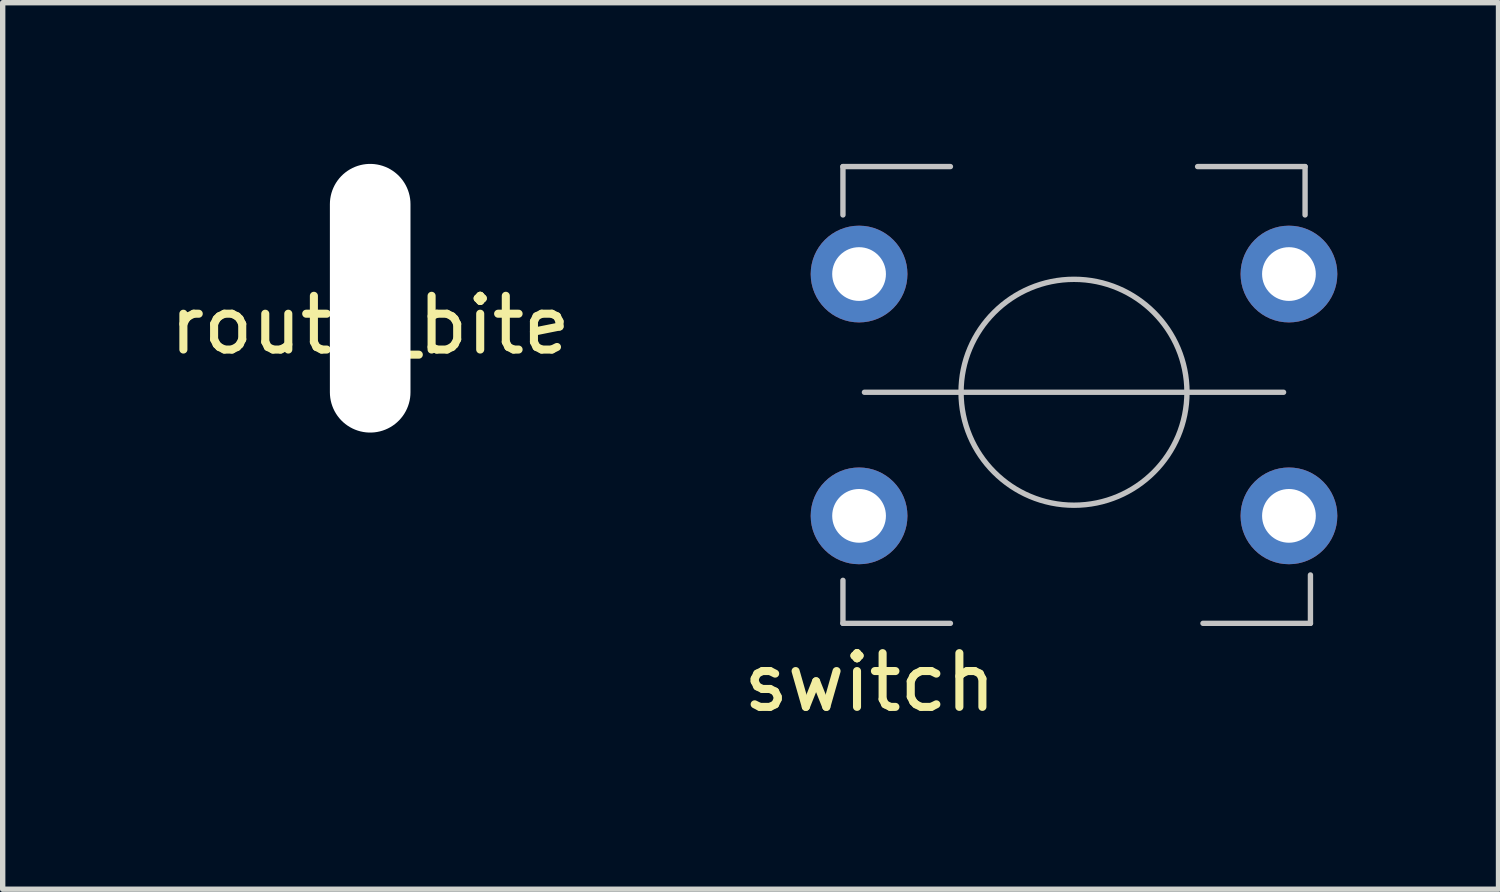
<source format=kicad_pcb>
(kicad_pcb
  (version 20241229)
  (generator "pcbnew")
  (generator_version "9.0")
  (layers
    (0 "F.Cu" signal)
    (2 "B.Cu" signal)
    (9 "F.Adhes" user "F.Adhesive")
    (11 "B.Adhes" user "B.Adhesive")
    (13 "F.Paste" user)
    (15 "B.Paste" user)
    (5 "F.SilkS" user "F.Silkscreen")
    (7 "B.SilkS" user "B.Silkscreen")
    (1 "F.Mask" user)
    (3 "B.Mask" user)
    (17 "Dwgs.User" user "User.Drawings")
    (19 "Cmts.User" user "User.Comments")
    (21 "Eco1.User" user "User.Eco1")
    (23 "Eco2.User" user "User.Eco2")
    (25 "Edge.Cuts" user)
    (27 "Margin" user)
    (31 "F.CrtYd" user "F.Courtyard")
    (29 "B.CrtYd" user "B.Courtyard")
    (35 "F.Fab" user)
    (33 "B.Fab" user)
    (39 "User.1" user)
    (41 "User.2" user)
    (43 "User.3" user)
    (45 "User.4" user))
  (footprint "route_bite"
    (layer "F.Cu")
    (at 3.839 2.5)
    (property "Reference" "route_bite" (at 0 0.5 0) (layer "F.SilkS") (effects (font (size 1 1) (thickness 0.15))))
    (attr through_hole)
    (pad "" np_thru_hole oval (at 0 0) (size 1.5 5) (drill oval 1.5 5) (layers "*.Cu" "*.Mask")))
  (footprint "switch"
    (layer "F.Cu")
    (at 13.037 8.15)
    (property "Reference" "switch" (at 0.1 1.5 0) (layer "F.SilkS") (effects (font (size 1 1) (thickness 0.15))))
    (attr through_hole)
    (fp_line (start -0.4 -8.1) (end -0.4 -7.2) (stroke (width 0.1) (type solid)) (layer "Dwgs.User"))
    (fp_line (start -0.4 -8.1) (end 1.6 -8.1) (stroke (width 0.1) (type solid)) (layer "Dwgs.User"))
    (fp_line (start -0.4 0.4) (end -0.4 -0.4) (stroke (width 0.1) (type solid)) (layer "Dwgs.User"))
    (fp_line (start -0.4 0.4) (end 1.6 0.4) (stroke (width 0.1) (type solid)) (layer "Dwgs.User"))
    (fp_line (start 0 -3.9) (end 7.8 -3.9) (stroke (width 0.1) (type solid)) (layer "Dwgs.User"))
    (fp_line (start 8.2 -8.1) (end 6.2 -8.1) (stroke (width 0.1) (type solid)) (layer "Dwgs.User"))
    (fp_line (start 8.2 -8.1) (end 8.2 -7.2) (stroke (width 0.1) (type solid)) (layer "Dwgs.User"))
    (fp_line (start 8.3 0.4) (end 6.3 0.4) (stroke (width 0.1) (type solid)) (layer "Dwgs.User"))
    (fp_line (start 8.3 0.4) (end 8.3 -0.5) (stroke (width 0.1) (type solid)) (layer "Dwgs.User"))
    (fp_circle (center 3.9 -3.9) (end 6.002 -3.9) (stroke (width 0.1) (type solid)) (fill no) (layer "Dwgs.User"))
    (fp_line (start 0 -7.7) (end 0 0) (stroke (width 0.1) (type solid)) (layer "Margin"))
    (fp_line (start 0 0) (end 7.8 0) (stroke (width 0.1) (type solid)) (layer "Margin"))
    (fp_line (start 7.8 -7.7) (end 0 -7.7) (stroke (width 0.1) (type solid)) (layer "Margin"))
    (fp_line (start 7.8 0) (end 7.8 -7.7) (stroke (width 0.1) (type solid)) (layer "Margin"))
    (pad "1" thru_hole circle (at -0.1 -1.6) (size 1.8 1.8) (drill 1) (layers "*.Cu" "*.Mask"))
    (pad "1" thru_hole circle (at 7.9 -1.6) (size 1.8 1.8) (drill 1) (layers "*.Cu" "*.Mask"))
    (pad "2" thru_hole circle (at -0.1 -6.1) (size 1.8 1.8) (drill 1) (layers "*.Cu" "*.Mask"))
    (pad "2" thru_hole circle (at 7.9 -6.1) (size 1.8 1.8) (drill 1) (layers "*.Cu" "*.Mask")))
  (gr_rect
    (start -3 -3)
    (end 24.837 13.498)
    (stroke (width 0.1) (type default))
    (fill no)
    (layer "Edge.Cuts")))
</source>
